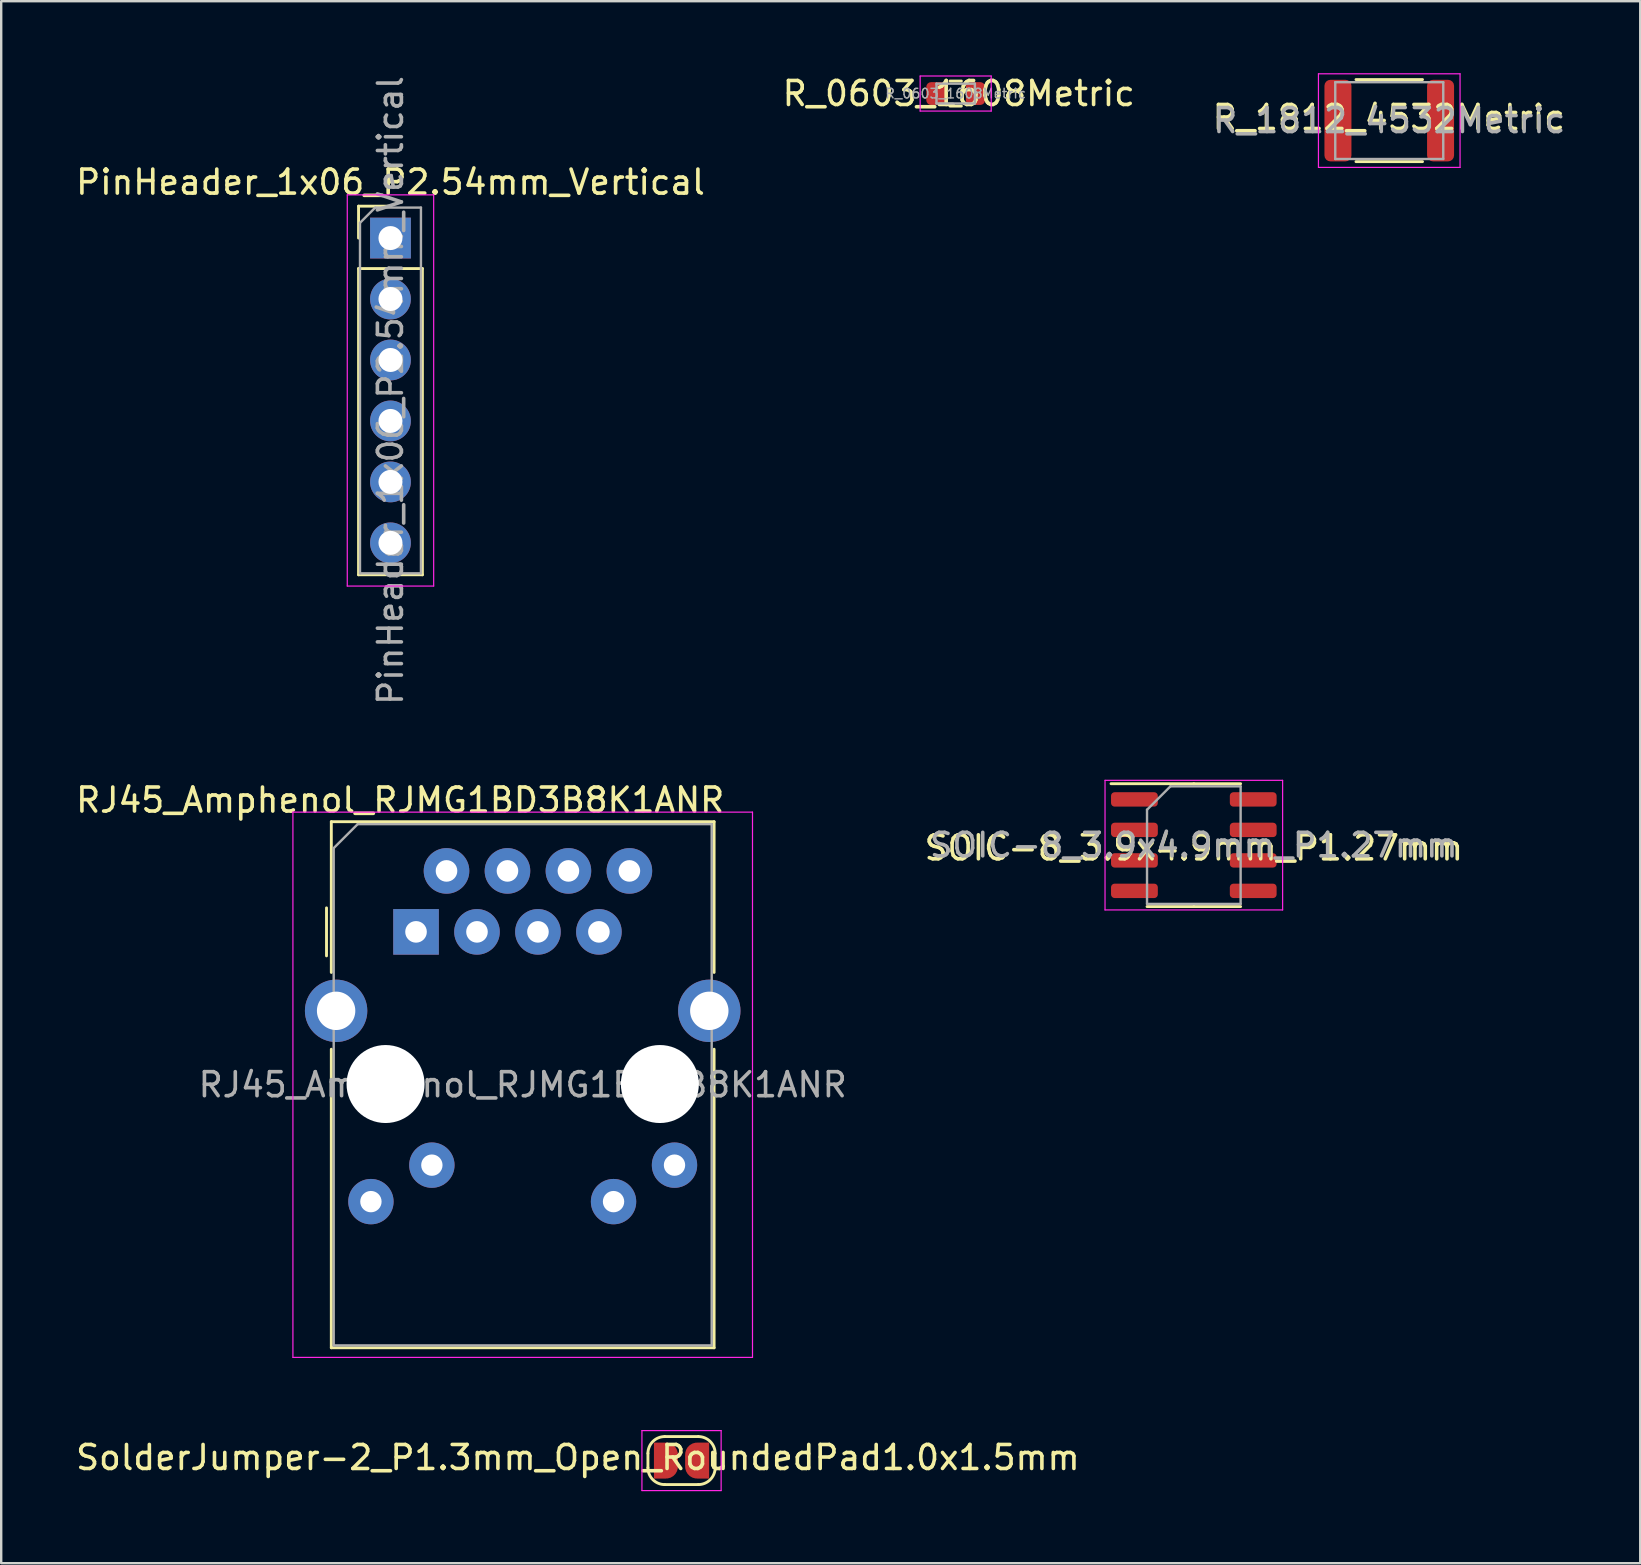
<source format=kicad_pcb>
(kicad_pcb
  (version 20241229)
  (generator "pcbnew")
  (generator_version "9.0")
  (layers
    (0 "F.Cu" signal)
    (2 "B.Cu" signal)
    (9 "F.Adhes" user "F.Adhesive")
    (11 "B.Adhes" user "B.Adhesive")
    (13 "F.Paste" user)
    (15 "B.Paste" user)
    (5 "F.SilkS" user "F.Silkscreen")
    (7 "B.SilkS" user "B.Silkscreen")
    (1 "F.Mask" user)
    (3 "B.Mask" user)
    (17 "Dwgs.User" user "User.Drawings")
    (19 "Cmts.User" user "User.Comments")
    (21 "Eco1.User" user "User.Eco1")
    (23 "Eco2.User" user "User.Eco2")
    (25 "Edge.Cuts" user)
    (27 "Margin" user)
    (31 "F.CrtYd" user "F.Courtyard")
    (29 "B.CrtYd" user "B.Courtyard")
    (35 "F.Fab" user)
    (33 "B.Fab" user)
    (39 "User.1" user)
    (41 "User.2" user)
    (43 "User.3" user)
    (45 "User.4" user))
  (footprint "SolderJumper-2_P1.3mm_Open_RoundedPad1.0x1.5mm"
    (layer "F.Cu")
    (at 25.348 57.809)
    (property "Reference" "SolderJumper-2_P1.3mm_Open_RoundedPad1.0x1.5mm" (at -4.318 -0.127 0) (layer "F.SilkS") (effects (font (size 1 1) (thickness 0.15))))
    (attr exclude_from_pos_files)
    (fp_line (start -1.4 0.3) (end -1.4 -0.3) (stroke (width 0.12) (type solid)) (layer "F.SilkS"))
    (fp_line (start -0.7 -1) (end 0.7 -1) (stroke (width 0.12) (type solid)) (layer "F.SilkS"))
    (fp_line (start 0.7 1) (end -0.7 1) (stroke (width 0.12) (type solid)) (layer "F.SilkS"))
    (fp_line (start 1.4 -0.3) (end 1.4 0.3) (stroke (width 0.12) (type solid)) (layer "F.SilkS"))
    (fp_arc (start -1.4 -0.3) (mid -1.194975 -0.794975) (end -0.7 -1) (stroke (width 0.12) (type solid)) (layer "F.SilkS"))
    (fp_arc (start -0.7 1) (mid -1.194975 0.794975) (end -1.4 0.3) (stroke (width 0.12) (type solid)) (layer "F.SilkS"))
    (fp_arc (start 0.7 -1) (mid 1.194975 -0.794975) (end 1.4 -0.3) (stroke (width 0.12) (type solid)) (layer "F.SilkS"))
    (fp_arc (start 1.4 0.3) (mid 1.194975 0.794975) (end 0.7 1) (stroke (width 0.12) (type solid)) (layer "F.SilkS"))
    (fp_line (start -1.65 -1.25) (end -1.65 1.25) (stroke (width 0.05) (type solid)) (layer "F.CrtYd"))
    (fp_line (start -1.65 -1.25) (end 1.65 -1.25) (stroke (width 0.05) (type solid)) (layer "F.CrtYd"))
    (fp_line (start 1.65 1.25) (end -1.65 1.25) (stroke (width 0.05) (type solid)) (layer "F.CrtYd"))
    (fp_line (start 1.65 1.25) (end 1.65 -1.25) (stroke (width 0.05) (type solid)) (layer "F.CrtYd"))
    (pad "1" smd custom (at -0.65 0 180) (size 1 0.5) (layers "F.Cu" "F.Mask") (options (anchor rect)) (primitives (gr_circle (center 0 0.25) (end 0.5 0.25) (width 0) (fill yes)) (gr_circle (center 0 -0.25) (end 0.5 -0.25) (width 0) (fill yes)) (gr_poly (pts (xy 0.5 0.75) (xy 0 0.75) (xy 0 -0.75) (xy 0.5 -0.75)) (width 0) (fill yes))))
    (pad "2" smd custom (at 0.65 0 180) (size 1 0.5) (layers "F.Cu" "F.Mask") (options (anchor rect)) (primitives (gr_circle (center 0 0.25) (end 0.5 0.25) (width 0) (fill yes)) (gr_circle (center 0 -0.25) (end 0.5 -0.25) (width 0) (fill yes)) (gr_poly (pts (xy 0 0.75) (xy -0.5 0.75) (xy -0.5 -0.75) (xy 0 -0.75)) (width 0) (fill yes)))))
  (footprint "R_1812_4532Metric"
    (layer "F.Cu")
    (at 54.837 1.975)
    (property "Reference" "R_1812_4532Metric" (at -0.021 -0.127 180) (layer "F.SilkS") (effects (font (size 1 1) (thickness 0.15))))
    (attr smd)
    (fp_line (start -1.386 -1.71) (end 1.386 -1.71) (stroke (width 0.12) (type solid)) (layer "F.SilkS"))
    (fp_line (start -1.386 1.71) (end 1.386 1.71) (stroke (width 0.12) (type solid)) (layer "F.SilkS"))
    (fp_line (start -2.95 -1.95) (end 2.95 -1.95) (stroke (width 0.05) (type solid)) (layer "F.CrtYd"))
    (fp_line (start -2.95 1.95) (end -2.95 -1.95) (stroke (width 0.05) (type solid)) (layer "F.CrtYd"))
    (fp_line (start 2.95 -1.95) (end 2.95 1.95) (stroke (width 0.05) (type solid)) (layer "F.CrtYd"))
    (fp_line (start 2.95 1.95) (end -2.95 1.95) (stroke (width 0.05) (type solid)) (layer "F.CrtYd"))
    (fp_line (start -2.25 -1.6) (end 2.25 -1.6) (stroke (width 0.1) (type solid)) (layer "F.Fab"))
    (fp_line (start -2.25 1.6) (end -2.25 -1.6) (stroke (width 0.1) (type solid)) (layer "F.Fab"))
    (fp_line (start 2.25 -1.6) (end 2.25 1.6) (stroke (width 0.1) (type solid)) (layer "F.Fab"))
    (fp_line (start 2.25 1.6) (end -2.25 1.6) (stroke (width 0.1) (type solid)) (layer "F.Fab"))
    (fp_text user "${REFERENCE}" (at 0 0 180) (layer "F.Fab") (effects (font (size 1 1) (thickness 0.15))))
    (pad "1" smd roundrect (at -2.138 0) (size 1.125 3.4) (layers "F.Cu" "F.Mask" "F.Paste") (roundrect_rratio 0.222))
    (pad "2" smd roundrect (at 2.138 0) (size 1.125 3.4) (layers "F.Cu" "F.Mask" "F.Paste") (roundrect_rratio 0.222)))
  (footprint "PinHeader_1x06_P2.54mm_Vertical"
    (layer "F.Cu")
    (at 13.22 6.87)
    (property "Reference" "PinHeader_1x06_P2.54mm_Vertical" (at 0 -2.33 0) (layer "F.SilkS") (effects (font (size 1 1) (thickness 0.15))))
    (attr through_hole)
    (fp_line (start -1.33 -1.33) (end 0 -1.33) (stroke (width 0.12) (type solid)) (layer "F.SilkS"))
    (fp_line (start -1.33 0) (end -1.33 -1.33) (stroke (width 0.12) (type solid)) (layer "F.SilkS"))
    (fp_line (start -1.33 1.27) (end -1.33 14.03) (stroke (width 0.12) (type solid)) (layer "F.SilkS"))
    (fp_line (start -1.33 1.27) (end 1.33 1.27) (stroke (width 0.12) (type solid)) (layer "F.SilkS"))
    (fp_line (start -1.33 14.03) (end 1.33 14.03) (stroke (width 0.12) (type solid)) (layer "F.SilkS"))
    (fp_line (start 1.33 1.27) (end 1.33 14.03) (stroke (width 0.12) (type solid)) (layer "F.SilkS"))
    (fp_line (start -1.8 -1.8) (end -1.8 14.5) (stroke (width 0.05) (type solid)) (layer "F.CrtYd"))
    (fp_line (start -1.8 14.5) (end 1.8 14.5) (stroke (width 0.05) (type solid)) (layer "F.CrtYd"))
    (fp_line (start 1.8 -1.8) (end -1.8 -1.8) (stroke (width 0.05) (type solid)) (layer "F.CrtYd"))
    (fp_line (start 1.8 14.5) (end 1.8 -1.8) (stroke (width 0.05) (type solid)) (layer "F.CrtYd"))
    (fp_line (start -1.27 -0.635) (end -0.635 -1.27) (stroke (width 0.1) (type solid)) (layer "F.Fab"))
    (fp_line (start -1.27 13.97) (end -1.27 -0.635) (stroke (width 0.1) (type solid)) (layer "F.Fab"))
    (fp_line (start -0.635 -1.27) (end 1.27 -1.27) (stroke (width 0.1) (type solid)) (layer "F.Fab"))
    (fp_line (start 1.27 -1.27) (end 1.27 13.97) (stroke (width 0.1) (type solid)) (layer "F.Fab"))
    (fp_line (start 1.27 13.97) (end -1.27 13.97) (stroke (width 0.1) (type solid)) (layer "F.Fab"))
    (fp_text user "${REFERENCE}" (at 0 6.35 270) (layer "F.Fab") (effects (font (size 1 1) (thickness 0.15))))
    (pad "1" thru_hole rect (at 0 0) (size 1.7 1.7) (drill 1) (layers "*.Cu" "*.Mask"))
    (pad "2" thru_hole oval (at 0 2.54) (size 1.7 1.7) (drill 1) (layers "*.Cu" "*.Mask"))
    (pad "3" thru_hole oval (at 0 5.08) (size 1.7 1.7) (drill 1) (layers "*.Cu" "*.Mask"))
    (pad "4" thru_hole oval (at 0 7.62) (size 1.7 1.7) (drill 1) (layers "*.Cu" "*.Mask"))
    (pad "5" thru_hole oval (at 0 10.16) (size 1.7 1.7) (drill 1) (layers "*.Cu" "*.Mask"))
    (pad "6" thru_hole oval (at 0 12.7) (size 1.7 1.7) (drill 1) (layers "*.Cu" "*.Mask")))
  (footprint "RJ45_Amphenol_RJMG1BD3B8K1ANR"
    (layer "F.Cu")
    (at 14.285 35.779)
    (property "Reference" "RJ45_Amphenol_RJMG1BD3B8K1ANR" (at -0.66 -5.49 180) (layer "F.SilkS") (effects (font (size 1 1) (thickness 0.15))))
    (attr through_hole)
    (fp_line (start -3.73 -1) (end -3.73 1) (stroke (width 0.12) (type solid)) (layer "F.SilkS"))
    (fp_line (start -3.53 -4.59) (end 12.42 -4.59) (stroke (width 0.12) (type solid)) (layer "F.SilkS"))
    (fp_line (start -3.53 1.69) (end -3.53 -4.59) (stroke (width 0.12) (type solid)) (layer "F.SilkS"))
    (fp_line (start -3.53 17.33) (end -3.53 4.89) (stroke (width 0.12) (type solid)) (layer "F.SilkS"))
    (fp_line (start 12.42 -4.59) (end 12.42 1.69) (stroke (width 0.12) (type solid)) (layer "F.SilkS"))
    (fp_line (start 12.42 4.89) (end 12.42 17.33) (stroke (width 0.12) (type solid)) (layer "F.SilkS"))
    (fp_line (start 12.42 17.33) (end -3.53 17.33) (stroke (width 0.12) (type solid)) (layer "F.SilkS"))
    (fp_line (start -5.13 -4.99) (end -5.13 17.73) (stroke (width 0.05) (type solid)) (layer "F.CrtYd"))
    (fp_line (start -5.13 17.73) (end 14.02 17.73) (stroke (width 0.05) (type solid)) (layer "F.CrtYd"))
    (fp_line (start 14.02 -4.99) (end -5.13 -4.99) (stroke (width 0.05) (type solid)) (layer "F.CrtYd"))
    (fp_line (start 14.02 17.73) (end 14.02 -4.99) (stroke (width 0.05) (type solid)) (layer "F.CrtYd"))
    (fp_line (start -3.43 -3.49) (end -2.43 -4.49) (stroke (width 0.1) (type solid)) (layer "F.Fab"))
    (fp_line (start -3.43 17.23) (end -3.43 -3.49) (stroke (width 0.1) (type solid)) (layer "F.Fab"))
    (fp_line (start -2.43 -4.49) (end 12.32 -4.49) (stroke (width 0.1) (type solid)) (layer "F.Fab"))
    (fp_line (start 12.32 -4.49) (end 12.32 17.23) (stroke (width 0.1) (type solid)) (layer "F.Fab"))
    (fp_line (start 12.32 17.23) (end -3.43 17.23) (stroke (width 0.1) (type solid)) (layer "F.Fab"))
    (fp_text user "${REFERENCE}" (at 4.445 6.37 180) (layer "F.Fab") (effects (font (size 1 1) (thickness 0.15))))
    (pad "" np_thru_hole circle (at -1.27 6.34) (size 3.25 3.25) (drill 3.25) (layers "*.Cu" "*.Mask"))
    (pad "" np_thru_hole circle (at 10.16 6.34) (size 3.25 3.25) (drill 3.25) (layers "*.Cu" "*.Mask"))
    (pad "13" thru_hole circle (at -3.33 3.29) (size 2.6 2.6) (drill 1.6) (layers "*.Cu" "*.Mask"))
    (pad "13" thru_hole circle (at 12.22 3.29) (size 2.6 2.6) (drill 1.6) (layers "*.Cu" "*.Mask"))
    (pad "L1" thru_hole circle (at 10.77 9.72) (size 1.89 1.89) (drill 0.89) (layers "*.Cu" "*.Mask"))
    (pad "L2" thru_hole circle (at 8.23 11.24) (size 1.89 1.89) (drill 0.89) (layers "*.Cu" "*.Mask"))
    (pad "L3" thru_hole circle (at 0.66 9.72) (size 1.89 1.89) (drill 0.89) (layers "*.Cu" "*.Mask"))
    (pad "L4" thru_hole circle (at -1.88 11.24) (size 1.89 1.89) (drill 0.89) (layers "*.Cu" "*.Mask"))
    (pad "R1" thru_hole rect (at 0 0) (size 1.9 1.9) (drill 0.9) (layers "*.Cu" "*.Mask"))
    (pad "R2" thru_hole circle (at 1.27 -2.54) (size 1.9 1.9) (drill 0.9) (layers "*.Cu" "*.Mask"))
    (pad "R3" thru_hole circle (at 2.54 0) (size 1.9 1.9) (drill 0.9) (layers "*.Cu" "*.Mask"))
    (pad "R4" thru_hole circle (at 3.81 -2.54) (size 1.9 1.9) (drill 0.9) (layers "*.Cu" "*.Mask"))
    (pad "R5" thru_hole circle (at 5.08 0) (size 1.9 1.9) (drill 0.9) (layers "*.Cu" "*.Mask"))
    (pad "R6" thru_hole circle (at 6.35 -2.54) (size 1.9 1.9) (drill 0.9) (layers "*.Cu" "*.Mask"))
    (pad "R7" thru_hole circle (at 7.62 0) (size 1.9 1.9) (drill 0.9) (layers "*.Cu" "*.Mask"))
    (pad "R8" thru_hole circle (at 8.89 -2.54) (size 1.9 1.9) (drill 0.9) (layers "*.Cu" "*.Mask")))
  (footprint "R_0603_1608Metric"
    (layer "F.Cu")
    (at 36.771 0.848)
    (property "Reference" "R_0603_1608Metric" (at 0.128 0 180) (layer "F.SilkS") (effects (font (size 1 1) (thickness 0.15))))
    (attr smd)
    (fp_line (start -0.237 -0.522) (end 0.237 -0.522) (stroke (width 0.12) (type solid)) (layer "F.SilkS"))
    (fp_line (start -0.237 0.522) (end 0.237 0.522) (stroke (width 0.12) (type solid)) (layer "F.SilkS"))
    (fp_line (start -1.48 -0.73) (end 1.48 -0.73) (stroke (width 0.05) (type solid)) (layer "F.CrtYd"))
    (fp_line (start -1.48 0.73) (end -1.48 -0.73) (stroke (width 0.05) (type solid)) (layer "F.CrtYd"))
    (fp_line (start 1.48 -0.73) (end 1.48 0.73) (stroke (width 0.05) (type solid)) (layer "F.CrtYd"))
    (fp_line (start 1.48 0.73) (end -1.48 0.73) (stroke (width 0.05) (type solid)) (layer "F.CrtYd"))
    (fp_line (start -0.8 -0.412) (end 0.8 -0.412) (stroke (width 0.1) (type solid)) (layer "F.Fab"))
    (fp_line (start -0.8 0.412) (end -0.8 -0.412) (stroke (width 0.1) (type solid)) (layer "F.Fab"))
    (fp_line (start 0.8 -0.412) (end 0.8 0.412) (stroke (width 0.1) (type solid)) (layer "F.Fab"))
    (fp_line (start 0.8 0.412) (end -0.8 0.412) (stroke (width 0.1) (type solid)) (layer "F.Fab"))
    (fp_text user "${REFERENCE}" (at 0 0 180) (layer "F.Fab") (effects (font (size 0.4 0.4) (thickness 0.06))))
    (pad "1" smd roundrect (at -0.825 0) (size 0.8 0.95) (layers "F.Cu" "F.Mask" "F.Paste") (roundrect_rratio 0.25))
    (pad "2" smd roundrect (at 0.825 0) (size 0.8 0.95) (layers "F.Cu" "F.Mask" "F.Paste") (roundrect_rratio 0.25)))
  (footprint "SOIC-8_3.9x4.9mm_P1.27mm"
    (layer "F.Cu")
    (at 46.694 32.165)
    (property "Reference" "SOIC-8_3.9x4.9mm_P1.27mm" (at 0 0.114 0) (layer "F.SilkS") (effects (font (size 1 1) (thickness 0.15))))
    (attr smd)
    (fp_line (start 0 -2.56) (end -3.45 -2.56) (stroke (width 0.12) (type solid)) (layer "F.SilkS"))
    (fp_line (start 0 -2.56) (end 1.95 -2.56) (stroke (width 0.12) (type solid)) (layer "F.SilkS"))
    (fp_line (start 0 2.56) (end -1.95 2.56) (stroke (width 0.12) (type solid)) (layer "F.SilkS"))
    (fp_line (start 0 2.56) (end 1.95 2.56) (stroke (width 0.12) (type solid)) (layer "F.SilkS"))
    (fp_line (start -3.7 -2.7) (end -3.7 2.7) (stroke (width 0.05) (type solid)) (layer "F.CrtYd"))
    (fp_line (start -3.7 2.7) (end 3.7 2.7) (stroke (width 0.05) (type solid)) (layer "F.CrtYd"))
    (fp_line (start 3.7 -2.7) (end -3.7 -2.7) (stroke (width 0.05) (type solid)) (layer "F.CrtYd"))
    (fp_line (start 3.7 2.7) (end 3.7 -2.7) (stroke (width 0.05) (type solid)) (layer "F.CrtYd"))
    (fp_line (start -1.95 -1.475) (end -0.975 -2.45) (stroke (width 0.1) (type solid)) (layer "F.Fab"))
    (fp_line (start -1.95 2.45) (end -1.95 -1.475) (stroke (width 0.1) (type solid)) (layer "F.Fab"))
    (fp_line (start -0.975 -2.45) (end 1.95 -2.45) (stroke (width 0.1) (type solid)) (layer "F.Fab"))
    (fp_line (start 1.95 -2.45) (end 1.95 2.45) (stroke (width 0.1) (type solid)) (layer "F.Fab"))
    (fp_line (start 1.95 2.45) (end -1.95 2.45) (stroke (width 0.1) (type solid)) (layer "F.Fab"))
    (fp_text user "${REFERENCE}" (at 0 0 0) (layer "F.Fab") (effects (font (size 0.98 0.98) (thickness 0.15))))
    (pad "1" smd roundrect (at -2.475 -1.905) (size 1.95 0.6) (layers "F.Cu" "F.Mask" "F.Paste") (roundrect_rratio 0.25))
    (pad "2" smd roundrect (at -2.475 -0.635) (size 1.95 0.6) (layers "F.Cu" "F.Mask" "F.Paste") (roundrect_rratio 0.25))
    (pad "3" smd roundrect (at -2.475 0.635) (size 1.95 0.6) (layers "F.Cu" "F.Mask" "F.Paste") (roundrect_rratio 0.25))
    (pad "4" smd roundrect (at -2.475 1.905) (size 1.95 0.6) (layers "F.Cu" "F.Mask" "F.Paste") (roundrect_rratio 0.25))
    (pad "5" smd roundrect (at 2.475 1.905) (size 1.95 0.6) (layers "F.Cu" "F.Mask" "F.Paste") (roundrect_rratio 0.25))
    (pad "6" smd roundrect (at 2.475 0.635) (size 1.95 0.6) (layers "F.Cu" "F.Mask" "F.Paste") (roundrect_rratio 0.25))
    (pad "7" smd roundrect (at 2.475 -0.635) (size 1.95 0.6) (layers "F.Cu" "F.Mask" "F.Paste") (roundrect_rratio 0.25))
    (pad "8" smd roundrect (at 2.475 -1.905) (size 1.95 0.6) (layers "F.Cu" "F.Mask" "F.Paste") (roundrect_rratio 0.25)))
  (gr_rect
    (start -3 -3)
    (end 65.295 62.084)
    (stroke (width 0.1) (type default))
    (fill no)
    (layer "Edge.Cuts")))
</source>
